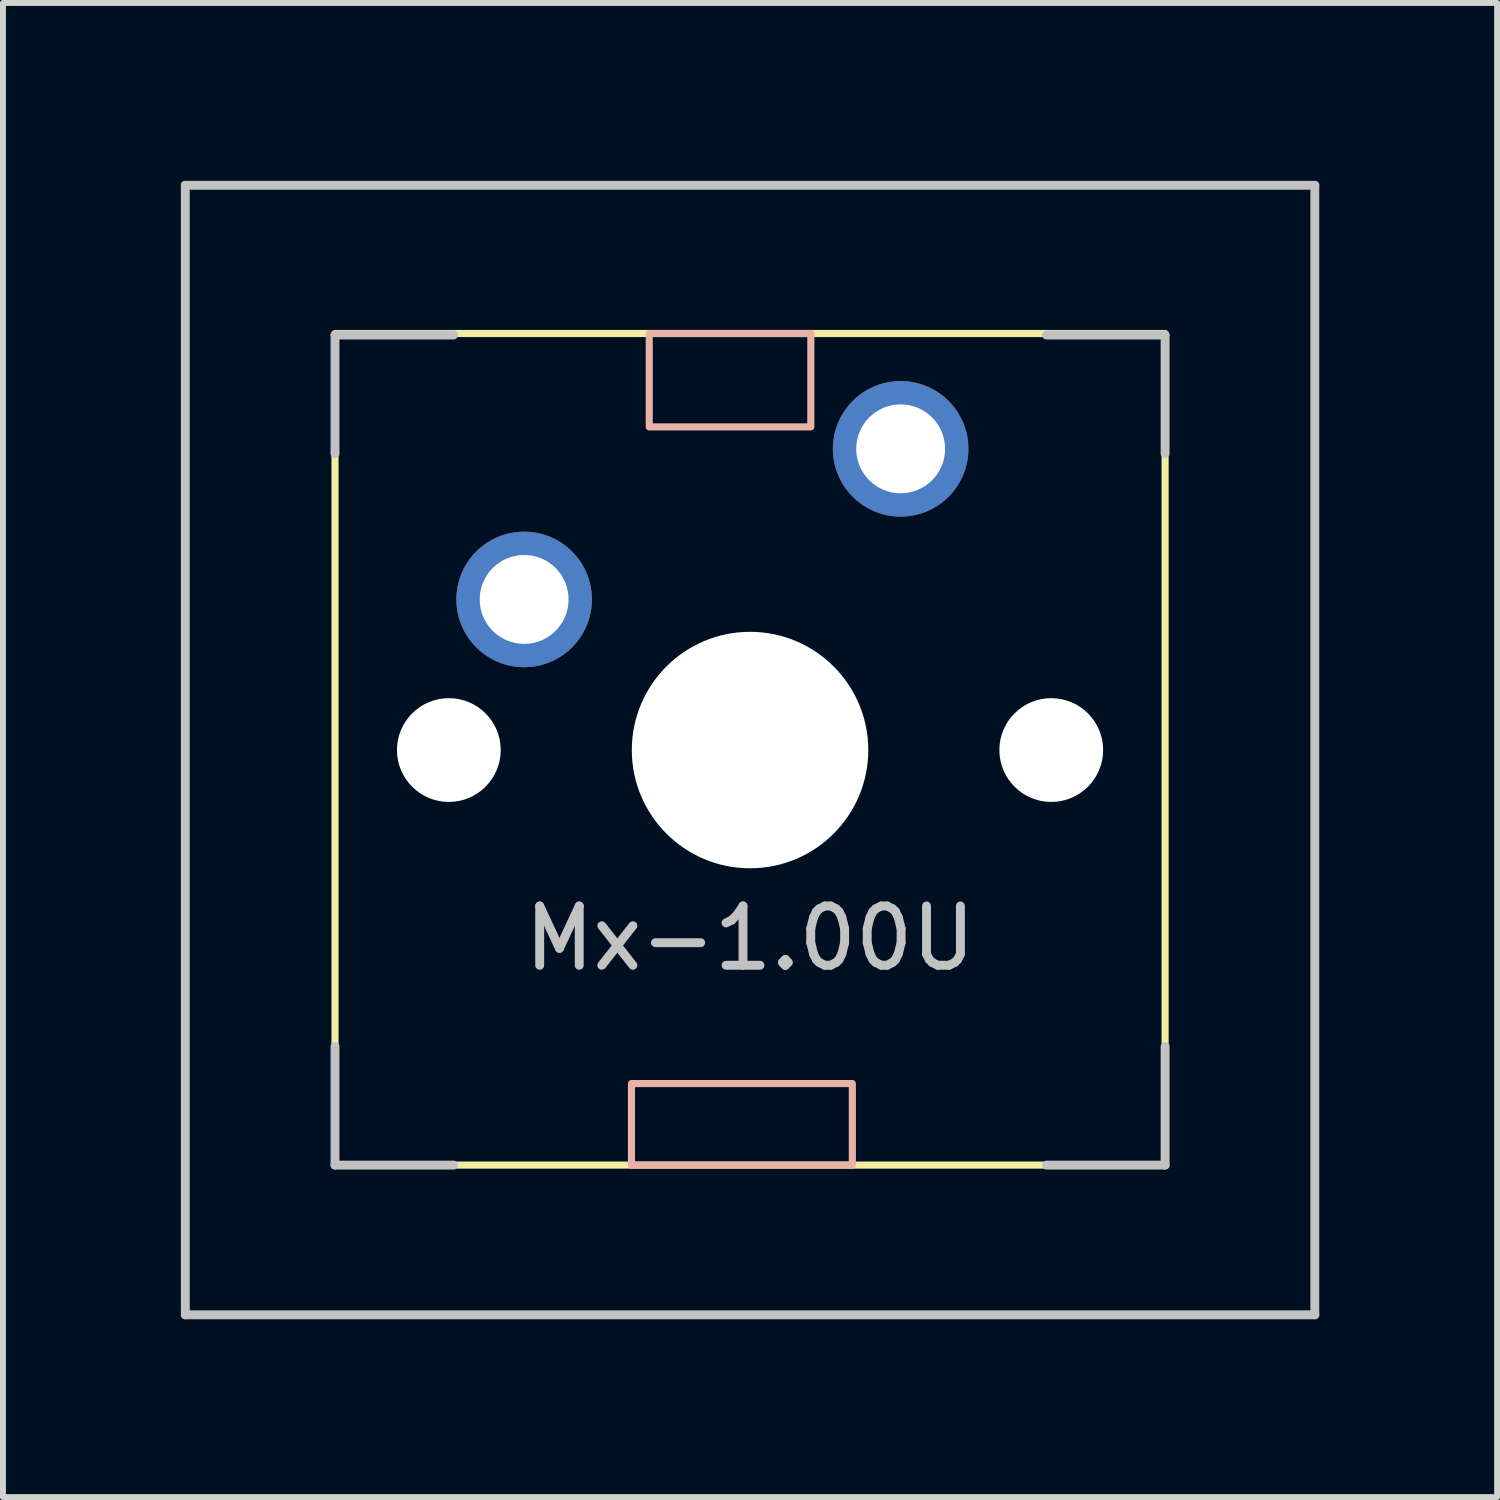
<source format=kicad_pcb>
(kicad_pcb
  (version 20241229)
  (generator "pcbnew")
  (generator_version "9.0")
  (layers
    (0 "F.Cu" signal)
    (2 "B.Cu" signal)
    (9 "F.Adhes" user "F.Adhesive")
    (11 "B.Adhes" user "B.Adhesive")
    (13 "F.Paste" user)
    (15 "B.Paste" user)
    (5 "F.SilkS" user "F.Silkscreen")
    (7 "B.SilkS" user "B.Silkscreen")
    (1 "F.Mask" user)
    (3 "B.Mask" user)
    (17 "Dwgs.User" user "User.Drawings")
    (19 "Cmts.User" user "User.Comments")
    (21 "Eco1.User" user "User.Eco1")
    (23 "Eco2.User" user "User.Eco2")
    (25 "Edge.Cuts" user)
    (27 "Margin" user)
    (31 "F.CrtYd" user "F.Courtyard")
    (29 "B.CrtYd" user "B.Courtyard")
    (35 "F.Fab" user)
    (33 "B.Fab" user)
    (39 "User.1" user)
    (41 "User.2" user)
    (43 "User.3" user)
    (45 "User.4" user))
  (footprint "Mx-1.00U"
    (layer "F.Cu")
    (at 9.6 9.6)
    (property "Reference" "Mx-1.00U" (at 0 3.175 0) (layer "Dwgs.User") (effects (font (size 1 1) (thickness 0.15))))
    (fp_rect (start 7 -7.025) (end -7 7) (stroke (width 0.12) (type solid)) (fill no) (layer "F.SilkS"))
    (fp_rect (start -2 7) (end 1.725 5.625) (stroke (width 0.12) (type solid)) (fill no) (layer "B.SilkS"))
    (fp_rect (start 1.025 -7.025) (end -1.7 -5.45) (stroke (width 0.12) (type solid)) (fill no) (layer "B.SilkS"))
    (fp_line (start -9.525 -9.525) (end 9.525 -9.525) (stroke (width 0.15) (type solid)) (layer "Dwgs.User"))
    (fp_line (start -9.525 9.525) (end -9.525 -9.525) (stroke (width 0.15) (type solid)) (layer "Dwgs.User"))
    (fp_line (start -7 -7) (end -7 -5) (stroke (width 0.15) (type solid)) (layer "Dwgs.User"))
    (fp_line (start -7 5) (end -7 7) (stroke (width 0.15) (type solid)) (layer "Dwgs.User"))
    (fp_line (start -7 7) (end -5 7) (stroke (width 0.15) (type solid)) (layer "Dwgs.User"))
    (fp_line (start -5 -7) (end -7 -7) (stroke (width 0.15) (type solid)) (layer "Dwgs.User"))
    (fp_line (start 5 -7) (end 7 -7) (stroke (width 0.15) (type solid)) (layer "Dwgs.User"))
    (fp_line (start 5 7) (end 7 7) (stroke (width 0.15) (type solid)) (layer "Dwgs.User"))
    (fp_line (start 7 -7) (end 7 -5) (stroke (width 0.15) (type solid)) (layer "Dwgs.User"))
    (fp_line (start 7 7) (end 7 5) (stroke (width 0.15) (type solid)) (layer "Dwgs.User"))
    (fp_line (start 9.525 -9.525) (end 9.525 9.525) (stroke (width 0.15) (type solid)) (layer "Dwgs.User"))
    (fp_line (start 9.525 9.525) (end -9.525 9.525) (stroke (width 0.15) (type solid)) (layer "Dwgs.User"))
    (pad "" np_thru_hole circle (at -5.08 0 48.1) (size 1.75 1.75) (drill 1.75) (layers "*.Cu" "*.Mask"))
    (pad "" np_thru_hole circle (at 0 0) (size 3.988 3.988) (drill 3.988) (layers "*.Cu" "*.Mask"))
    (pad "" np_thru_hole circle (at 5.08 0 48.1) (size 1.75 1.75) (drill 1.75) (layers "*.Cu" "*.Mask"))
    (pad "1" thru_hole circle (at 2.54 -5.08) (size 2.286 2.286) (drill 1.499) (layers "*.Cu" "*.Mask"))
    (pad "2" thru_hole circle (at -3.81 -2.54) (size 2.286 2.286) (drill 1.499) (layers "*.Cu" "*.Mask")))
  (gr_rect
    (start -3 -3)
    (end 22.2 22.2)
    (stroke (width 0.1) (type default))
    (fill no)
    (layer "Edge.Cuts")))
</source>
